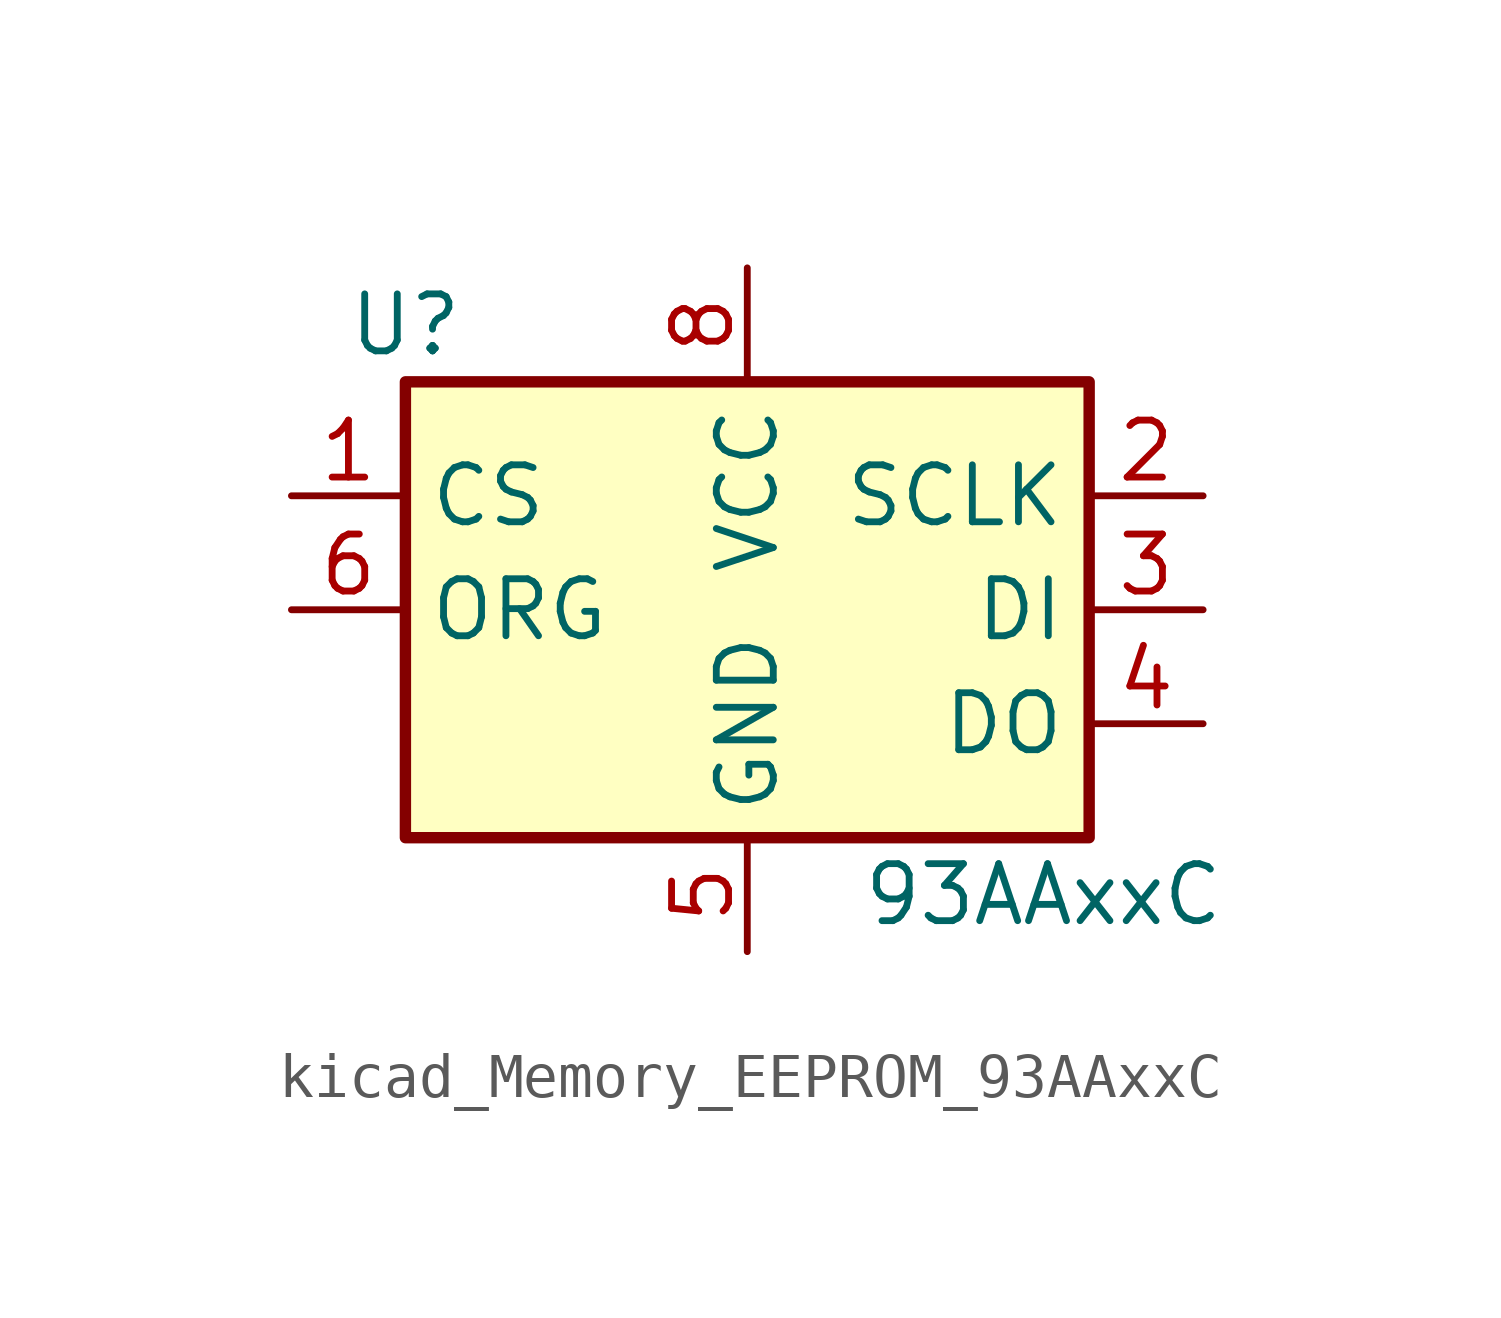
<source format=kicad_sym>
(kicad_symbol_lib
  (version 20220914)
  (generator kicad_symbol_editor)
  (symbol "kicad_Memory_EEPROM_93AAxxC"
    (property "Reference" "U"
      (at -7.62 6.35 0)
      (effects (font (size 1.27 1.27))))
    (property "Value" "93AAxxC"
      (at 2.54 -6.35 0)
      (effects (font (size 1.27 1.27)) (justify left)))
    (symbol "kicad_Memory_EEPROM_93AAxxC_1_1"
      (rectangle (start -7.62 5.08) (end 7.62 -5.08) (stroke (width 0.254) (type default)) (fill (type background)))
      (pin input line (at -10.16 2.54 0) (length 2.54) (name "CS" (effects (font (size 1.27 1.27)))) (number "1" (effects (font (size 1.27 1.27)))))
      (pin input line (at 10.16 2.54 180) (length 2.54) (name "SCLK" (effects (font (size 1.27 1.27)))) (number "2" (effects (font (size 1.27 1.27)))))
      (pin input line (at 10.16 0 180) (length 2.54) (name "DI" (effects (font (size 1.27 1.27)))) (number "3" (effects (font (size 1.27 1.27)))))
      (pin tri_state line (at 10.16 -2.54 180) (length 2.54) (name "DO" (effects (font (size 1.27 1.27)))) (number "4" (effects (font (size 1.27 1.27)))))
      (pin power_in line (at 0 -7.62 90) (length 2.54) (name "GND" (effects (font (size 1.27 1.27)))) (number "5" (effects (font (size 1.27 1.27)))))
      (pin input line (at -10.16 0 0) (length 2.54) (name "ORG" (effects (font (size 1.27 1.27)))) (number "6" (effects (font (size 1.27 1.27)))))
      (pin no_connect line (at -7.62 -2.54 0) (length 2.54) hide (name "NC" (effects (font (size 1.27 1.27)))) (number "7" (effects (font (size 1.27 1.27)))))
      (pin power_in line (at 0 7.62 270) (length 2.54) (name "VCC" (effects (font (size 1.27 1.27)))) (number "8" (effects (font (size 1.27 1.27))))))))
</source>
